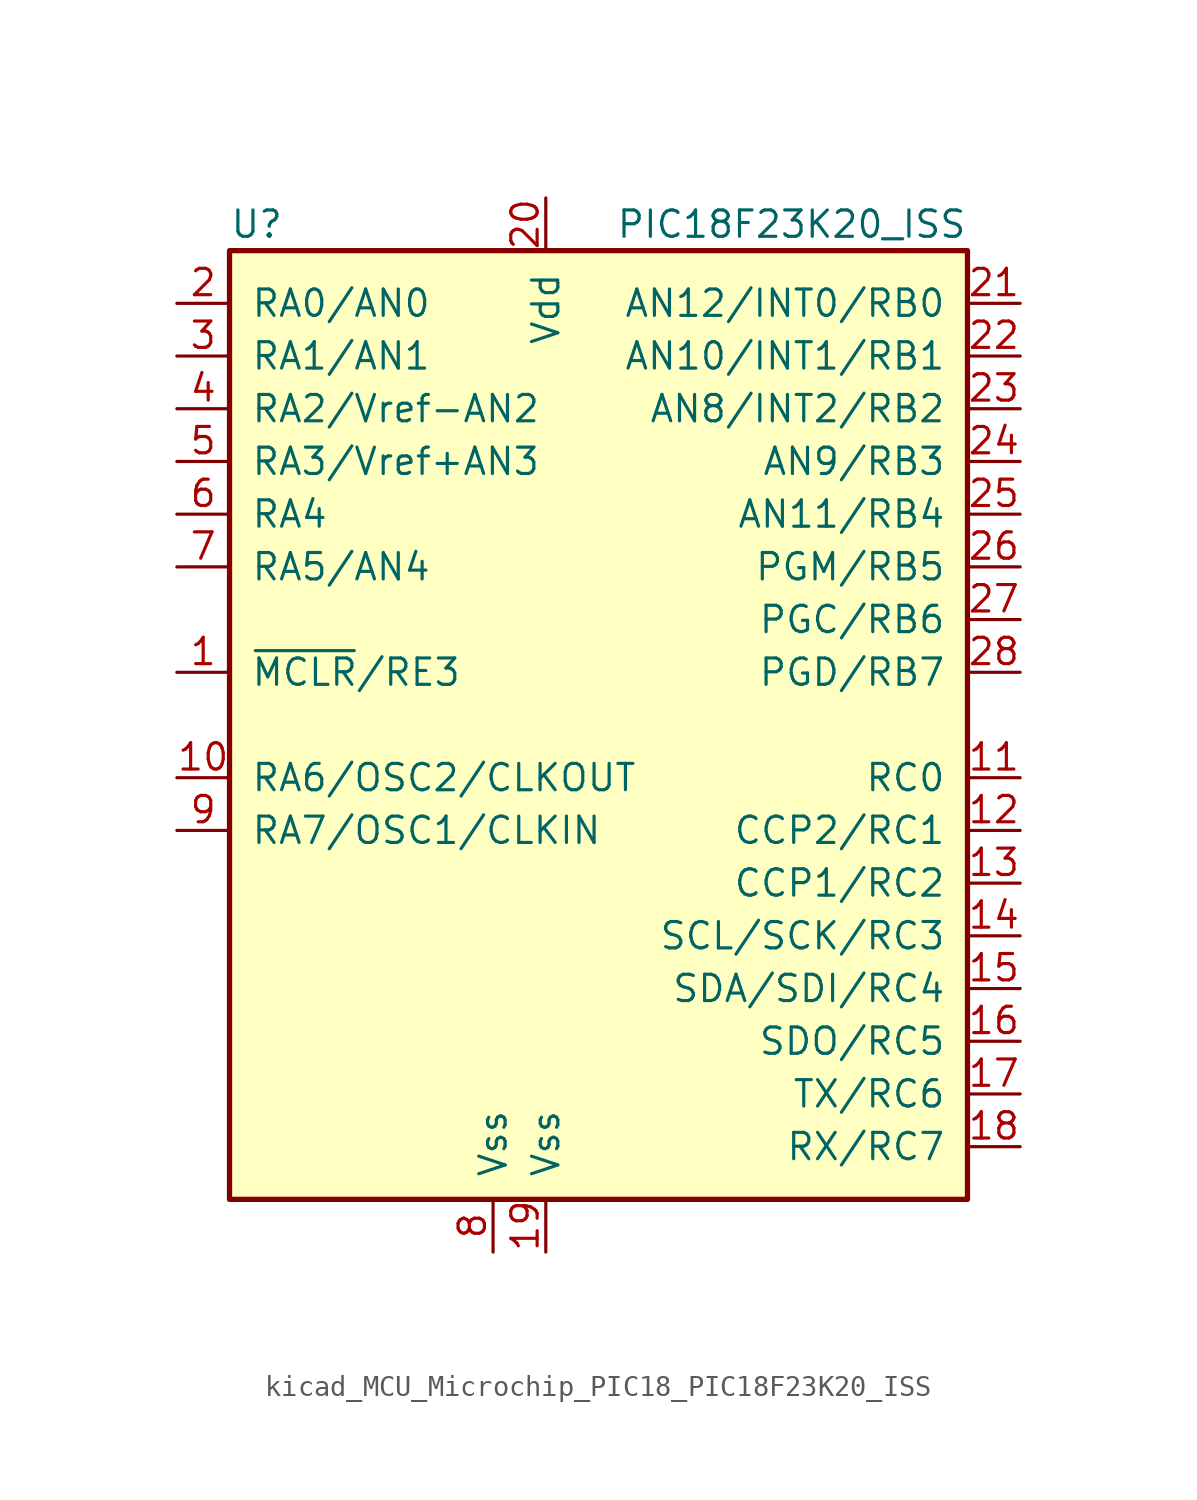
<source format=kicad_sym>
(kicad_symbol_lib
  (version 20220914)
  (generator kicad_symbol_editor)
  (symbol "kicad_MCU_Microchip_PIC18_PIC18F23K20_ISS"
    (pin_names
      (offset 1.016))
    (property "Reference" "U"
      (at -17.78 24.13 0)
      (effects (font (size 1.27 1.27)) (justify left)))
    (property "Value" "PIC18F23K20_ISS"
      (at 17.78 24.13 0)
      (effects (font (size 1.27 1.27)) (justify right)))
    (symbol "kicad_MCU_Microchip_PIC18_PIC18F23K20_ISS_0_1"
      (rectangle (start -17.78 22.86) (end 17.78 -22.86) (stroke (width 0.254) (type default)) (fill (type background))))
    (symbol "kicad_MCU_Microchip_PIC18_PIC18F23K20_ISS_1_1"
      (pin bidirectional line (at -20.32 2.54 0) (length 2.54) (name "~{MCLR}/RE3" (effects (font (size 1.27 1.27)))) (number "1" (effects (font (size 1.27 1.27)))))
      (pin input line (at -20.32 -2.54 0) (length 2.54) (name "RA6/OSC2/CLKOUT" (effects (font (size 1.27 1.27)))) (number "10" (effects (font (size 1.27 1.27)))))
      (pin bidirectional line (at 20.32 -2.54 180) (length 2.54) (name "RC0" (effects (font (size 1.27 1.27)))) (number "11" (effects (font (size 1.27 1.27)))))
      (pin bidirectional line (at 20.32 -5.08 180) (length 2.54) (name "CCP2/RC1" (effects (font (size 1.27 1.27)))) (number "12" (effects (font (size 1.27 1.27)))))
      (pin bidirectional line (at 20.32 -7.62 180) (length 2.54) (name "CCP1/RC2" (effects (font (size 1.27 1.27)))) (number "13" (effects (font (size 1.27 1.27)))))
      (pin bidirectional line (at 20.32 -10.16 180) (length 2.54) (name "SCL/SCK/RC3" (effects (font (size 1.27 1.27)))) (number "14" (effects (font (size 1.27 1.27)))))
      (pin bidirectional line (at 20.32 -12.7 180) (length 2.54) (name "SDA/SDI/RC4" (effects (font (size 1.27 1.27)))) (number "15" (effects (font (size 1.27 1.27)))))
      (pin bidirectional line (at 20.32 -15.24 180) (length 2.54) (name "SDO/RC5" (effects (font (size 1.27 1.27)))) (number "16" (effects (font (size 1.27 1.27)))))
      (pin bidirectional line (at 20.32 -17.78 180) (length 2.54) (name "TX/RC6" (effects (font (size 1.27 1.27)))) (number "17" (effects (font (size 1.27 1.27)))))
      (pin bidirectional line (at 20.32 -20.32 180) (length 2.54) (name "RX/RC7" (effects (font (size 1.27 1.27)))) (number "18" (effects (font (size 1.27 1.27)))))
      (pin power_in line (at -2.54 -25.4 90) (length 2.54) (name "Vss" (effects (font (size 1.27 1.27)))) (number "19" (effects (font (size 1.27 1.27)))))
      (pin bidirectional line (at -20.32 20.32 0) (length 2.54) (name "RA0/AN0" (effects (font (size 1.27 1.27)))) (number "2" (effects (font (size 1.27 1.27)))))
      (pin power_in line (at -2.54 25.4 270) (length 2.54) (name "Vdd" (effects (font (size 1.27 1.27)))) (number "20" (effects (font (size 1.27 1.27)))))
      (pin bidirectional line (at 20.32 20.32 180) (length 2.54) (name "AN12/INT0/RB0" (effects (font (size 1.27 1.27)))) (number "21" (effects (font (size 1.27 1.27)))))
      (pin bidirectional line (at 20.32 17.78 180) (length 2.54) (name "AN10/INT1/RB1" (effects (font (size 1.27 1.27)))) (number "22" (effects (font (size 1.27 1.27)))))
      (pin bidirectional line (at 20.32 15.24 180) (length 2.54) (name "AN8/INT2/RB2" (effects (font (size 1.27 1.27)))) (number "23" (effects (font (size 1.27 1.27)))))
      (pin bidirectional line (at 20.32 12.7 180) (length 2.54) (name "AN9/RB3" (effects (font (size 1.27 1.27)))) (number "24" (effects (font (size 1.27 1.27)))))
      (pin bidirectional line (at 20.32 10.16 180) (length 2.54) (name "AN11/RB4" (effects (font (size 1.27 1.27)))) (number "25" (effects (font (size 1.27 1.27)))))
      (pin bidirectional line (at 20.32 7.62 180) (length 2.54) (name "PGM/RB5" (effects (font (size 1.27 1.27)))) (number "26" (effects (font (size 1.27 1.27)))))
      (pin bidirectional line (at 20.32 5.08 180) (length 2.54) (name "PGC/RB6" (effects (font (size 1.27 1.27)))) (number "27" (effects (font (size 1.27 1.27)))))
      (pin bidirectional line (at 20.32 2.54 180) (length 2.54) (name "PGD/RB7" (effects (font (size 1.27 1.27)))) (number "28" (effects (font (size 1.27 1.27)))))
      (pin bidirectional line (at -20.32 17.78 0) (length 2.54) (name "RA1/AN1" (effects (font (size 1.27 1.27)))) (number "3" (effects (font (size 1.27 1.27)))))
      (pin bidirectional line (at -20.32 15.24 0) (length 2.54) (name "RA2/Vref-AN2" (effects (font (size 1.27 1.27)))) (number "4" (effects (font (size 1.27 1.27)))))
      (pin bidirectional line (at -20.32 12.7 0) (length 2.54) (name "RA3/Vref+AN3" (effects (font (size 1.27 1.27)))) (number "5" (effects (font (size 1.27 1.27)))))
      (pin power_in line (at -20.32 10.16 0) (length 2.54) (name "RA4" (effects (font (size 1.27 1.27)))) (number "6" (effects (font (size 1.27 1.27)))))
      (pin bidirectional line (at -20.32 7.62 0) (length 2.54) (name "RA5/AN4" (effects (font (size 1.27 1.27)))) (number "7" (effects (font (size 1.27 1.27)))))
      (pin power_in line (at -5.08 -25.4 90) (length 2.54) (name "Vss" (effects (font (size 1.27 1.27)))) (number "8" (effects (font (size 1.27 1.27)))))
      (pin input line (at -20.32 -5.08 0) (length 2.54) (name "RA7/OSC1/CLKIN" (effects (font (size 1.27 1.27)))) (number "9" (effects (font (size 1.27 1.27))))))))
</source>
